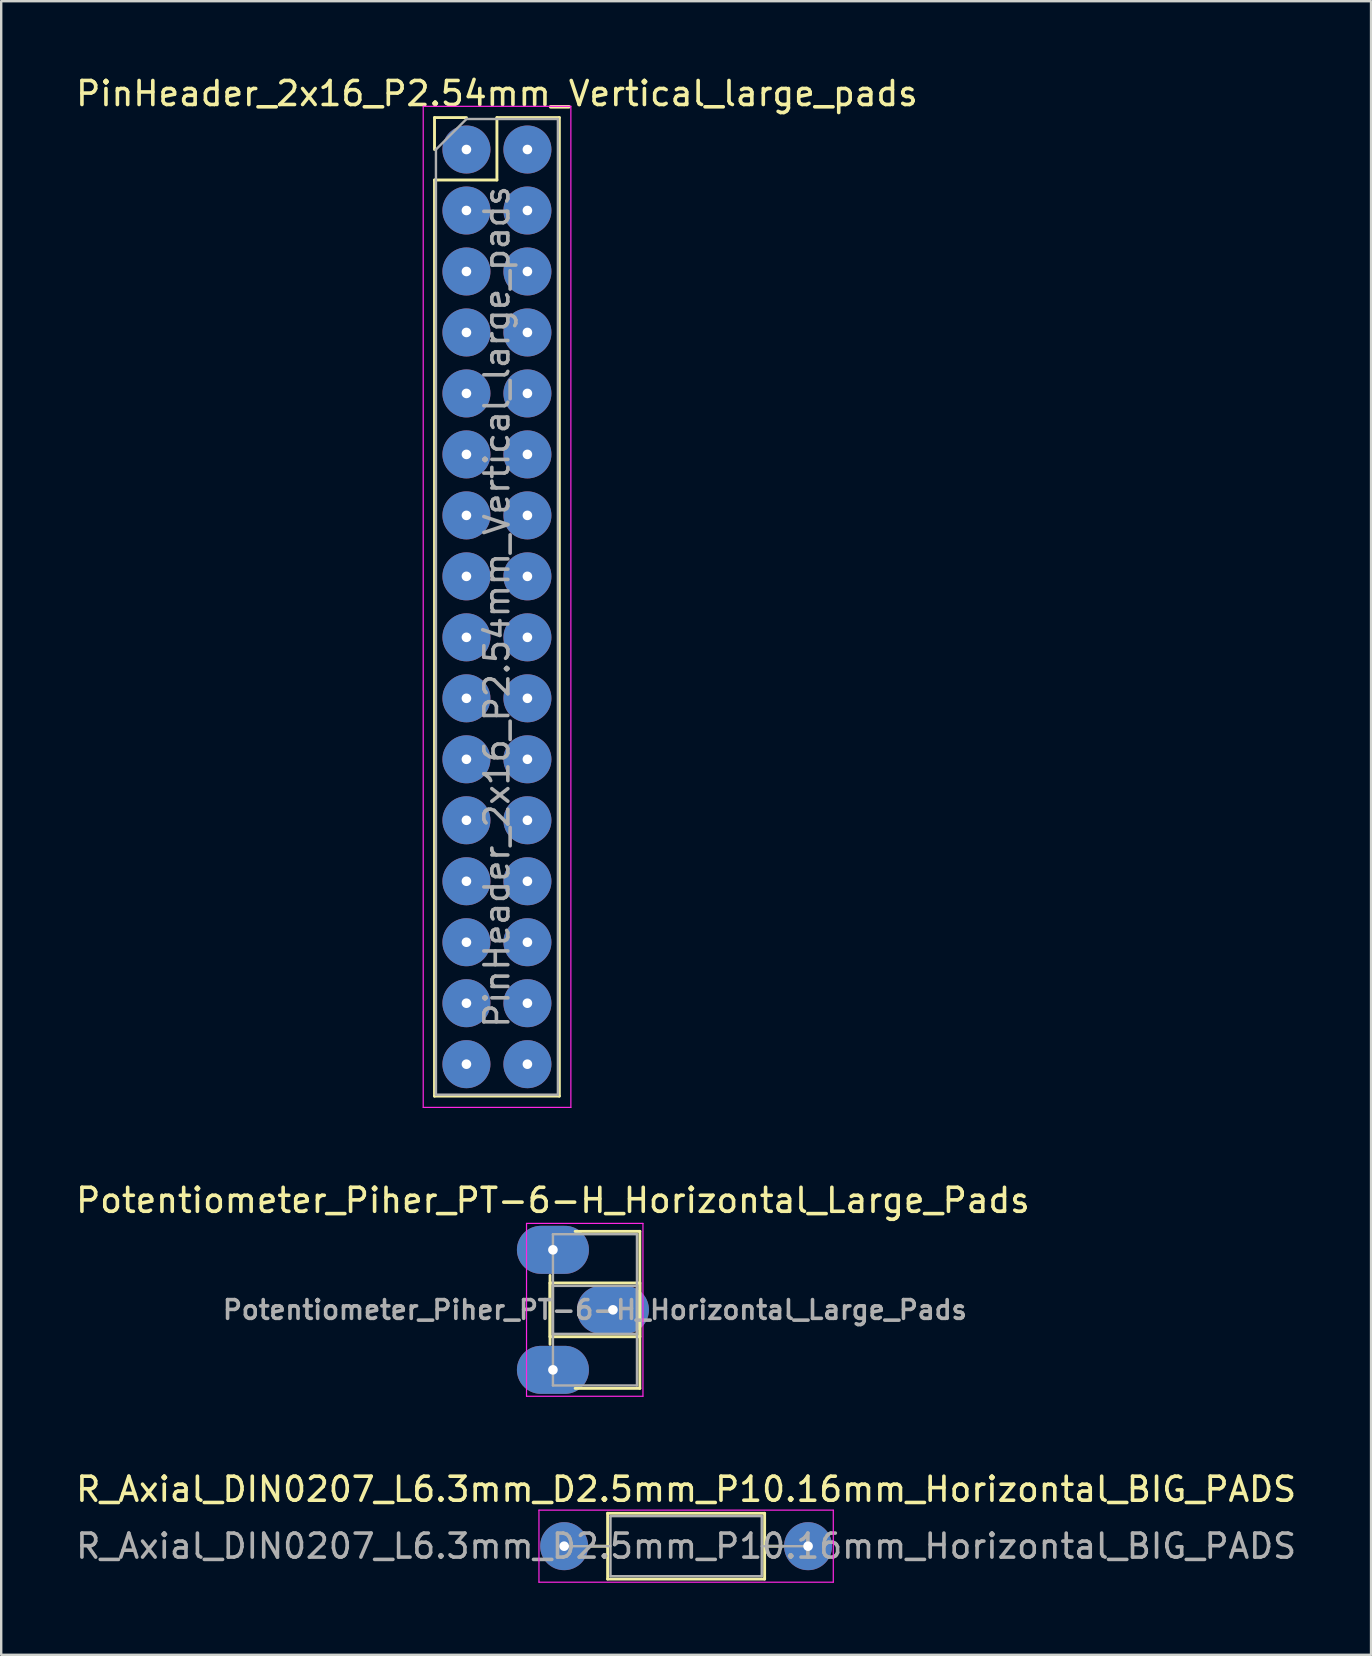
<source format=kicad_pcb>
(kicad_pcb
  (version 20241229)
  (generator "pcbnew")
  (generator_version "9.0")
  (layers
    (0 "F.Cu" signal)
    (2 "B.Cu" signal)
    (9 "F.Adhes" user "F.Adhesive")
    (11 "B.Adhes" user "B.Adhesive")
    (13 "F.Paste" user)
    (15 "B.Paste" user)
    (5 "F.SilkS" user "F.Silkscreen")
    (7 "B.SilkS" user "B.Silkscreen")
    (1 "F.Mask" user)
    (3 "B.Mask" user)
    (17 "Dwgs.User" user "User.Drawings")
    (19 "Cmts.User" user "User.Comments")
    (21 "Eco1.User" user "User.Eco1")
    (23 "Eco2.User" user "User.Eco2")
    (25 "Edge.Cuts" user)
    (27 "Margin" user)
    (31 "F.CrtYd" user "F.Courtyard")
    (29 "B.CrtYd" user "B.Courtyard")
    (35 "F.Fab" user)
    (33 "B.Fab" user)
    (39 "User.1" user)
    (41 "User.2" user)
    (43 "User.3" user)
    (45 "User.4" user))
  (footprint "PinHeader_2x16_P2.54mm_Vertical_large_pads"
    (placed yes)
    (layer "F.Cu")
    (at 16.379 3.178)
    (property "Reference" "PinHeader_2x16_P2.54mm_Vertical_large_pads" (at 1.27 -2.33 0) (layer "F.SilkS") (effects (font (size 1 1) (thickness 0.15))))
    (attr through_hole)
    (fp_line (start -1.33 -1.33) (end 0 -1.33) (stroke (width 0.12) (type solid)) (layer "F.SilkS"))
    (fp_line (start -1.33 0) (end -1.33 -1.33) (stroke (width 0.12) (type solid)) (layer "F.SilkS"))
    (fp_line (start -1.33 1.27) (end -1.33 39.43) (stroke (width 0.12) (type solid)) (layer "F.SilkS"))
    (fp_line (start -1.33 1.27) (end 1.27 1.27) (stroke (width 0.12) (type solid)) (layer "F.SilkS"))
    (fp_line (start -1.33 39.43) (end 3.87 39.43) (stroke (width 0.12) (type solid)) (layer "F.SilkS"))
    (fp_line (start 1.27 -1.33) (end 3.87 -1.33) (stroke (width 0.12) (type solid)) (layer "F.SilkS"))
    (fp_line (start 1.27 1.27) (end 1.27 -1.33) (stroke (width 0.12) (type solid)) (layer "F.SilkS"))
    (fp_line (start 3.87 -1.33) (end 3.87 39.43) (stroke (width 0.12) (type solid)) (layer "F.SilkS"))
    (fp_line (start -1.8 -1.8) (end -1.8 39.9) (stroke (width 0.05) (type solid)) (layer "F.CrtYd"))
    (fp_line (start -1.8 39.9) (end 4.35 39.9) (stroke (width 0.05) (type solid)) (layer "F.CrtYd"))
    (fp_line (start 4.35 -1.8) (end -1.8 -1.8) (stroke (width 0.05) (type solid)) (layer "F.CrtYd"))
    (fp_line (start 4.35 39.9) (end 4.35 -1.8) (stroke (width 0.05) (type solid)) (layer "F.CrtYd"))
    (fp_line (start -1.27 0) (end 0 -1.27) (stroke (width 0.1) (type solid)) (layer "F.Fab"))
    (fp_line (start -1.27 39.37) (end -1.27 0) (stroke (width 0.1) (type solid)) (layer "F.Fab"))
    (fp_line (start 0 -1.27) (end 3.81 -1.27) (stroke (width 0.1) (type solid)) (layer "F.Fab"))
    (fp_line (start 3.81 -1.27) (end 3.81 39.37) (stroke (width 0.1) (type solid)) (layer "F.Fab"))
    (fp_line (start 3.81 39.37) (end -1.27 39.37) (stroke (width 0.1) (type solid)) (layer "F.Fab"))
    (fp_text user "${REFERENCE}" (at 1.27 19.05 270) (layer "F.Fab") (effects (font (size 1 1) (thickness 0.15))))
    (pad "1" thru_hole circle (at 0 0) (size 2 2) (drill 0.4) (layers "*.Cu" "*.Mask"))
    (pad "2" thru_hole circle (at 2.54 0) (size 2 2) (drill 0.4) (layers "*.Cu" "*.Mask"))
    (pad "3" thru_hole circle (at 0 2.54) (size 2 2) (drill 0.4) (layers "*.Cu" "*.Mask"))
    (pad "4" thru_hole circle (at 2.54 2.54) (size 2 2) (drill 0.4) (layers "*.Cu" "*.Mask"))
    (pad "5" thru_hole circle (at 0 5.08) (size 2 2) (drill 0.4) (layers "*.Cu" "*.Mask"))
    (pad "6" thru_hole circle (at 2.54 5.08) (size 2 2) (drill 0.4) (layers "*.Cu" "*.Mask"))
    (pad "7" thru_hole circle (at 0 7.62) (size 2 2) (drill 0.4) (layers "*.Cu" "*.Mask"))
    (pad "8" thru_hole circle (at 2.54 7.62) (size 2 2) (drill 0.4) (layers "*.Cu" "*.Mask"))
    (pad "9" thru_hole circle (at 0 10.16) (size 2 2) (drill 0.4) (layers "*.Cu" "*.Mask"))
    (pad "10" thru_hole circle (at 2.54 10.16) (size 2 2) (drill 0.4) (layers "*.Cu" "*.Mask"))
    (pad "11" thru_hole circle (at 0 12.7) (size 2 2) (drill 0.4) (layers "*.Cu" "*.Mask"))
    (pad "12" thru_hole circle (at 2.54 12.7) (size 2 2) (drill 0.4) (layers "*.Cu" "*.Mask"))
    (pad "13" thru_hole circle (at 0 15.24) (size 2 2) (drill 0.4) (layers "*.Cu" "*.Mask"))
    (pad "14" thru_hole circle (at 2.54 15.24) (size 2 2) (drill 0.4) (layers "*.Cu" "*.Mask"))
    (pad "15" thru_hole circle (at 0 17.78) (size 2 2) (drill 0.4) (layers "*.Cu" "*.Mask"))
    (pad "16" thru_hole circle (at 2.54 17.78) (size 2 2) (drill 0.4) (layers "*.Cu" "*.Mask"))
    (pad "17" thru_hole circle (at 0 20.32) (size 2 2) (drill 0.4) (layers "*.Cu" "*.Mask"))
    (pad "18" thru_hole circle (at 2.54 20.32) (size 2 2) (drill 0.4) (layers "*.Cu" "*.Mask"))
    (pad "19" thru_hole circle (at 0 22.86) (size 2 2) (drill 0.4) (layers "*.Cu" "*.Mask"))
    (pad "20" thru_hole circle (at 2.54 22.86) (size 2 2) (drill 0.4) (layers "*.Cu" "*.Mask"))
    (pad "21" thru_hole circle (at 0 25.4) (size 2 2) (drill 0.4) (layers "*.Cu" "*.Mask"))
    (pad "22" thru_hole circle (at 2.54 25.4) (size 2 2) (drill 0.4) (layers "*.Cu" "*.Mask"))
    (pad "23" thru_hole circle (at 0 27.94) (size 2 2) (drill 0.4) (layers "*.Cu" "*.Mask"))
    (pad "24" thru_hole circle (at 2.54 27.94) (size 2 2) (drill 0.4) (layers "*.Cu" "*.Mask"))
    (pad "25" thru_hole circle (at 0 30.48) (size 2 2) (drill 0.4) (layers "*.Cu" "*.Mask"))
    (pad "26" thru_hole circle (at 2.54 30.48) (size 2 2) (drill 0.4) (layers "*.Cu" "*.Mask"))
    (pad "27" thru_hole circle (at 0 33.02) (size 2 2) (drill 0.4) (layers "*.Cu" "*.Mask"))
    (pad "28" thru_hole circle (at 2.54 33.02) (size 2 2) (drill 0.4) (layers "*.Cu" "*.Mask"))
    (pad "29" thru_hole circle (at 0 35.56) (size 2 2) (drill 0.4) (layers "*.Cu" "*.Mask"))
    (pad "30" thru_hole circle (at 2.54 35.56) (size 2 2) (drill 0.4) (layers "*.Cu" "*.Mask"))
    (pad "31" thru_hole circle (at 0 38.1) (size 2 2) (drill 0.4) (layers "*.Cu" "*.Mask"))
    (pad "32" thru_hole circle (at 2.54 38.1) (size 2 2) (drill 0.4) (layers "*.Cu" "*.Mask")))
  (footprint "Potentiometer_Piher_PT-6-H_Horizontal_Large_Pads"
    (placed yes)
    (layer "F.Cu")
    (at 19.982 49.011)
    (property "Reference" "Potentiometer_Piher_PT-6-H_Horizontal_Large_Pads" (at 0 -2.06 0) (layer "F.SilkS") (effects (font (size 1 1) (thickness 0.15))))
    (attr through_hole)
    (fp_line (start -0.121 1.066) (end -0.121 3.935) (stroke (width 0.12) (type solid)) (layer "F.SilkS"))
    (fp_line (start -0.121 1.38) (end -0.121 3.62) (stroke (width 0.12) (type solid)) (layer "F.SilkS"))
    (fp_line (start -0.121 1.38) (end 3.62 1.38) (stroke (width 0.12) (type solid)) (layer "F.SilkS"))
    (fp_line (start -0.121 3.62) (end 3.62 3.62) (stroke (width 0.12) (type solid)) (layer "F.SilkS"))
    (fp_line (start 0.925 -0.77) (end 3.62 -0.77) (stroke (width 0.12) (type solid)) (layer "F.SilkS"))
    (fp_line (start 0.925 5.77) (end 3.62 5.77) (stroke (width 0.12) (type solid)) (layer "F.SilkS"))
    (fp_line (start 3.62 -0.77) (end 3.62 5.77) (stroke (width 0.12) (type solid)) (layer "F.SilkS"))
    (fp_line (start 3.62 1.38) (end 3.62 3.62) (stroke (width 0.12) (type solid)) (layer "F.SilkS"))
    (fp_line (start -1.1 -1.1) (end -1.1 6.1) (stroke (width 0.05) (type solid)) (layer "F.CrtYd"))
    (fp_line (start -1.1 6.1) (end 3.75 6.1) (stroke (width 0.05) (type solid)) (layer "F.CrtYd"))
    (fp_line (start 3.75 -1.1) (end -1.1 -1.1) (stroke (width 0.05) (type solid)) (layer "F.CrtYd"))
    (fp_line (start 3.75 6.1) (end 3.75 -1.1) (stroke (width 0.05) (type solid)) (layer "F.CrtYd"))
    (fp_line (start 0 -0.65) (end 3.5 -0.65) (stroke (width 0.1) (type solid)) (layer "F.Fab"))
    (fp_line (start 0 1.5) (end 0 3.5) (stroke (width 0.1) (type solid)) (layer "F.Fab"))
    (fp_line (start 0 3.5) (end 3.5 3.5) (stroke (width 0.1) (type solid)) (layer "F.Fab"))
    (fp_line (start 0 5.65) (end 0 -0.65) (stroke (width 0.1) (type solid)) (layer "F.Fab"))
    (fp_line (start 3.5 -0.65) (end 3.5 5.65) (stroke (width 0.1) (type solid)) (layer "F.Fab"))
    (fp_line (start 3.5 1.5) (end 0 1.5) (stroke (width 0.1) (type solid)) (layer "F.Fab"))
    (fp_line (start 3.5 3.5) (end 3.5 1.5) (stroke (width 0.1) (type solid)) (layer "F.Fab"))
    (fp_line (start 3.5 5.65) (end 0 5.65) (stroke (width 0.1) (type solid)) (layer "F.Fab"))
    (fp_text user "${REFERENCE}" (at 1.75 2.5 0) (layer "F.Fab") (effects (font (size 0.78 0.78) (thickness 0.15))))
    (pad "1" thru_hole oval (at 0 0) (size 3 2) (drill 0.4) (layers "*.Cu" "*.Mask"))
    (pad "2" thru_hole oval (at 2.5 2.5) (size 3 2) (drill 0.4) (layers "*.Cu" "*.Mask"))
    (pad "3" thru_hole oval (at 0 5) (size 3 2) (drill 0.4) (layers "*.Cu" "*.Mask")))
  (footprint "R_Axial_DIN0207_L6.3mm_D2.5mm_P10.16mm_Horizontal_BIG_PADS"
    (layer "F.Cu")
    (at 20.45 61.355)
    (property "Reference" "R_Axial_DIN0207_L6.3mm_D2.5mm_P10.16mm_Horizontal_BIG_PADS" (at 5.08 -2.37 180) (layer "F.SilkS") (effects (font (size 1 1) (thickness 0.15))))
    (attr through_hole)
    (fp_line (start 1.04 0) (end 1.81 0) (stroke (width 0.12) (type solid)) (layer "F.SilkS"))
    (fp_line (start 1.81 -1.37) (end 1.81 1.37) (stroke (width 0.12) (type solid)) (layer "F.SilkS"))
    (fp_line (start 1.81 1.37) (end 8.35 1.37) (stroke (width 0.12) (type solid)) (layer "F.SilkS"))
    (fp_line (start 8.35 -1.37) (end 1.81 -1.37) (stroke (width 0.12) (type solid)) (layer "F.SilkS"))
    (fp_line (start 8.35 1.37) (end 8.35 -1.37) (stroke (width 0.12) (type solid)) (layer "F.SilkS"))
    (fp_line (start 9.12 0) (end 8.35 0) (stroke (width 0.12) (type solid)) (layer "F.SilkS"))
    (fp_line (start -1.05 -1.5) (end -1.05 1.5) (stroke (width 0.05) (type solid)) (layer "F.CrtYd"))
    (fp_line (start -1.05 1.5) (end 11.21 1.5) (stroke (width 0.05) (type solid)) (layer "F.CrtYd"))
    (fp_line (start 11.21 -1.5) (end -1.05 -1.5) (stroke (width 0.05) (type solid)) (layer "F.CrtYd"))
    (fp_line (start 11.21 1.5) (end 11.21 -1.5) (stroke (width 0.05) (type solid)) (layer "F.CrtYd"))
    (fp_line (start 0 0) (end 1.93 0) (stroke (width 0.1) (type solid)) (layer "F.Fab"))
    (fp_line (start 1.93 -1.25) (end 1.93 1.25) (stroke (width 0.1) (type solid)) (layer "F.Fab"))
    (fp_line (start 1.93 1.25) (end 8.23 1.25) (stroke (width 0.1) (type solid)) (layer "F.Fab"))
    (fp_line (start 8.23 -1.25) (end 1.93 -1.25) (stroke (width 0.1) (type solid)) (layer "F.Fab"))
    (fp_line (start 8.23 1.25) (end 8.23 -1.25) (stroke (width 0.1) (type solid)) (layer "F.Fab"))
    (fp_line (start 10.16 0) (end 8.23 0) (stroke (width 0.1) (type solid)) (layer "F.Fab"))
    (fp_text user "${REFERENCE}" (at 5.08 0 180) (layer "F.Fab") (effects (font (size 1 1) (thickness 0.15))))
    (pad "1" thru_hole circle (at 0 0) (size 2 2) (drill 0.4) (layers "*.Cu" "*.Mask"))
    (pad "2" thru_hole circle (at 10.16 0) (size 2 2) (drill 0.4) (layers "*.Cu" "*.Mask")))
  (gr_rect
    (start -3 -3)
    (end 54.06 65.88)
    (stroke (width 0.1) (type default))
    (fill no)
    (layer "Edge.Cuts")))
</source>
